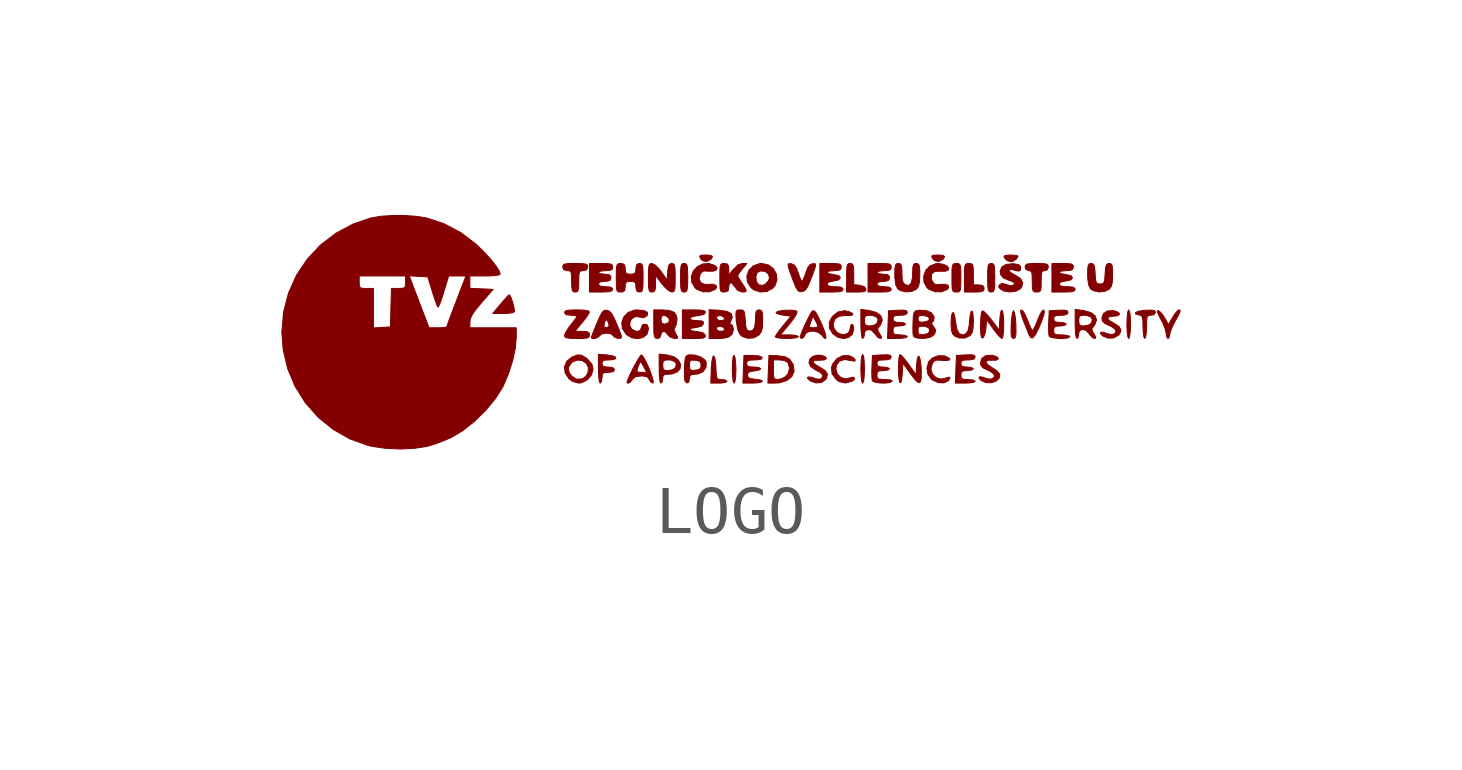
<source format=kicad_sym>
(kicad_symbol_lib
  (version 20220914)
  (generator "bitmap2component")
  (generator_version "9.0")
  (symbol "LOGO"
    (pin_names
      (offset 1.016))
    (property "Reference" "#G"
      (at 0 2.322 0)
      (effects (font (size 1.27 1.27)) hide))
    (symbol "LOGO_0_0"
      (polyline (pts (xy -6.361 -2.53) (xy -6.099 -2.49) (xy -6.092 -2.488) (xy -5.932 -2.44) (xy -5.749 -2.371) (xy -5.578 -2.296) (xy -5.348 -2.157) (xy -5.105 -1.963) (xy -4.874 -1.736) (xy -4.674 -1.494) (xy -4.524 -1.257) (xy -4.514 -1.237) (xy -4.405 -0.984) (xy -4.318 -0.712) (xy -4.26 -0.448) (xy -4.24 -0.217) (xy -4.24 -0.019) (xy -4.723 -0.019) (xy -5.207 -0.019) (xy -5.206 0.102) (xy -5.196 0.171) (xy -5.158 0.253) (xy -5.084 0.359) (xy -4.965 0.502) (xy -4.723 0.781) (xy -4.965 0.792) (xy -5.207 0.803) (xy -5.207 0.931) (xy -5.207 1.06) (xy -4.89 1.06) (xy -4.877 1.06) (xy -4.713 1.065) (xy -4.61 1.079) (xy -4.574 1.1) (xy -4.599 1.169) (xy -4.669 1.277) (xy -4.775 1.41) (xy -4.907 1.555) (xy -5.056 1.701) (xy -5.084 1.727) (xy -5.397 1.964) (xy -5.742 2.147) (xy -6.099 2.266) (xy -6.301 2.3) (xy -6.555 2.319) (xy -6.82 2.32) (xy -7.068 2.303) (xy -7.272 2.267) (xy -7.629 2.146) (xy -7.994 1.953) (xy -8.318 1.705) (xy -8.594 1.41) (xy -8.818 1.075) (xy -8.822 1.064) (xy -6.469 1.064) (xy -6.276 1.052) (xy -6.083 1.041) (xy -5.989 0.737) (xy -5.972 0.682) (xy -5.928 0.55) (xy -5.893 0.454) (xy -5.872 0.411) (xy -5.863 0.417) (xy -5.835 0.475) (xy -5.795 0.583) (xy -5.75 0.725) (xy -5.649 1.06) (xy -5.468 1.06) (xy -5.288 1.06) (xy -5.489 0.537) (xy -5.525 0.444) (xy -5.59 0.272) (xy -5.642 0.132) (xy -5.677 0.036) (xy -5.69 -0.002) (xy -5.702 -0.008) (xy -5.768 -0.016) (xy -5.873 -0.019) (xy -6.056 -0.019) (xy -6.168 0.27) (xy -6.168 0.271) (xy -6.237 0.45) (xy -6.311 0.644) (xy -6.374 0.811) (xy -6.469 1.064) (xy -8.822 1.064) (xy -8.883 0.93) (xy -7.512 0.93) (xy -7.512 1.06) (xy -7.029 1.06) (xy -6.545 1.06) (xy -6.545 0.93) (xy -6.546 0.893) (xy -6.556 0.828) (xy -6.598 0.804) (xy -6.693 0.8) (xy -6.84 0.8) (xy -6.851 0.4) (xy -6.861 0) (xy -7.038 -0.011) (xy -7.215 -0.023) (xy -7.215 0.389) (xy -7.215 0.8) (xy -7.363 0.8) (xy -7.407 0.8) (xy -7.48 0.809) (xy -7.508 0.846) (xy -7.512 0.93) (xy -8.883 0.93) (xy -8.984 0.705) (xy -9.087 0.307) (xy -9.123 -0.112) (xy -9.096 -0.471) (xy -9.002 -0.869) (xy -8.846 -1.241) (xy -8.633 -1.581) (xy -8.368 -1.881) (xy -8.057 -2.134) (xy -7.706 -2.334) (xy -7.319 -2.472) (xy -7.241 -2.49) (xy -6.963 -2.53) (xy -6.659 -2.544) (xy -6.361 -2.53)) (stroke (width 0.01) (type default)) (fill (type outline)))
      (polyline (pts (xy -2.88 -1.164) (xy -2.761 -1.105) (xy -2.674 -1.003) (xy -2.64 -0.879) (xy -2.666 -0.775) (xy -2.755 -0.673) (xy -2.784 -0.649) (xy -2.881 -0.59) (xy -2.971 -0.585) (xy -3.084 -0.631) (xy -3.185 -0.714) (xy -3.235 -0.831) (xy -3.234 -0.844) (xy -3.154 -0.844) (xy -3.093 -0.75) (xy -3.072 -0.732) (xy -2.967 -0.691) (xy -2.865 -0.703) (xy -2.782 -0.758) (xy -2.737 -0.847) (xy -2.748 -0.957) (xy -2.786 -1.023) (xy -2.845 -1.073) (xy -2.888 -1.087) (xy -2.992 -1.088) (xy -3.087 -1.023) (xy -3.142 -0.946) (xy -3.154 -0.844) (xy -3.234 -0.844) (xy -3.223 -0.959) (xy -3.144 -1.08) (xy -3.068 -1.137) (xy -2.938 -1.171) (xy -2.88 -1.164)) (stroke (width 0.01) (type default)) (fill (type outline)))
      (polyline (pts (xy -2.465 -1.138) (xy -2.454 -1.06) (xy -2.448 -0.986) (xy -2.412 -0.955) (xy -2.324 -0.948) (xy -2.312 -0.948) (xy -2.222 -0.934) (xy -2.194 -0.892) (xy -2.194 -0.887) (xy -2.228 -0.849) (xy -2.324 -0.837) (xy -2.383 -0.834) (xy -2.44 -0.814) (xy -2.454 -0.762) (xy -2.445 -0.718) (xy -2.401 -0.694) (xy -2.303 -0.688) (xy -2.222 -0.682) (xy -2.167 -0.66) (xy -2.174 -0.63) (xy -2.238 -0.602) (xy -2.355 -0.584) (xy -2.529 -0.572) (xy -2.529 -0.872) (xy -2.529 -0.9) (xy -2.523 -1.042) (xy -2.51 -1.137) (xy -2.492 -1.171) (xy -2.491 -1.171) (xy -2.465 -1.138)) (stroke (width 0.01) (type default)) (fill (type outline)))
      (polyline (pts (xy -1.865 -1.15) (xy -1.822 -1.097) (xy -1.813 -1.081) (xy -1.75 -1.036) (xy -1.638 -1.023) (xy -1.58 -1.025) (xy -1.504 -1.046) (xy -1.469 -1.097) (xy -1.446 -1.141) (xy -1.395 -1.171) (xy -1.391 -1.171) (xy -1.387 -1.132) (xy -1.408 -1.048) (xy -1.447 -0.937) (xy -1.496 -0.817) (xy -1.549 -0.706) (xy -1.597 -0.622) (xy -1.633 -0.584) (xy -1.654 -0.602) (xy -1.7 -0.67) (xy -1.758 -0.773) (xy -1.821 -0.891) (xy -1.831 -0.914) (xy -1.727 -0.914) (xy -1.705 -0.837) (xy -1.703 -0.831) (xy -1.673 -0.756) (xy -1.652 -0.725) (xy -1.651 -0.726) (xy -1.623 -0.761) (xy -1.581 -0.837) (xy -1.523 -0.948) (xy -1.633 -0.948) (xy -1.708 -0.943) (xy -1.727 -0.914) (xy -1.831 -0.914) (xy -1.877 -1.007) (xy -1.918 -1.102) (xy -1.934 -1.157) (xy -1.934 -1.16) (xy -1.911 -1.175) (xy -1.865 -1.15)) (stroke (width 0.01) (type default)) (fill (type outline)))
      (polyline (pts (xy -1.203 -1.148) (xy -1.19 -1.078) (xy -1.185 -1.025) (xy -1.149 -0.993) (xy -1.063 -0.986) (xy -0.994 -0.98) (xy -0.884 -0.938) (xy -0.826 -0.867) (xy -0.818 -0.78) (xy -0.86 -0.695) (xy -0.951 -0.625) (xy -1.09 -0.586) (xy -1.264 -0.567) (xy -1.264 -0.799) (xy -1.19 -0.799) (xy -1.184 -0.728) (xy -1.15 -0.695) (xy -1.064 -0.688) (xy -1.026 -0.69) (xy -0.938 -0.723) (xy -0.904 -0.784) (xy -0.934 -0.86) (xy -0.99 -0.894) (xy -1.083 -0.911) (xy -1.138 -0.908) (xy -1.181 -0.879) (xy -1.19 -0.799) (xy -1.264 -0.799) (xy -1.264 -0.869) (xy -1.264 -0.899) (xy -1.258 -1.041) (xy -1.246 -1.137) (xy -1.227 -1.171) (xy -1.203 -1.148)) (stroke (width 0.01) (type default)) (fill (type outline)))
      (polyline (pts (xy -0.649 -1.151) (xy -0.632 -1.078) (xy -0.626 -1.024) (xy -0.591 -0.993) (xy -0.503 -0.986) (xy -0.458 -0.982) (xy -0.351 -0.935) (xy -0.288 -0.847) (xy -0.284 -0.735) (xy -0.315 -0.685) (xy -0.403 -0.625) (xy -0.52 -0.588) (xy -0.641 -0.583) (xy -0.684 -0.595) (xy -0.713 -0.629) (xy -0.728 -0.703) (xy -0.734 -0.799) (xy -0.632 -0.799) (xy -0.627 -0.724) (xy -0.594 -0.693) (xy -0.511 -0.695) (xy -0.456 -0.703) (xy -0.403 -0.733) (xy -0.391 -0.799) (xy -0.394 -0.843) (xy -0.427 -0.886) (xy -0.511 -0.904) (xy -0.591 -0.906) (xy -0.626 -0.878) (xy -0.632 -0.799) (xy -0.734 -0.799) (xy -0.736 -0.833) (xy -0.739 -0.949) (xy -0.737 -1.059) (xy -0.728 -1.121) (xy -0.726 -1.127) (xy -0.687 -1.17) (xy -0.649 -1.151)) (stroke (width 0.01) (type default)) (fill (type outline)))
      (polyline (pts (xy 0.031 -1.17) (xy 0.116 -1.156) (xy 0.149 -1.134) (xy 0.116 -1.108) (xy 0.039 -1.097) (xy 0.006 -1.097) (xy -0.039 -1.088) (xy -0.063 -1.054) (xy -0.075 -0.979) (xy -0.082 -0.846) (xy -0.087 -0.762) (xy -0.104 -0.647) (xy -0.125 -0.603) (xy -0.147 -0.628) (xy -0.166 -0.722) (xy -0.178 -0.883) (xy -0.189 -1.171) (xy -0.02 -1.171) (xy 0.031 -1.17)) (stroke (width 0.01) (type default)) (fill (type outline)))
      (polyline (pts (xy 0.299 -1.171) (xy 0.317 -1.132) (xy 0.33 -1.034) (xy 0.335 -0.895) (xy 0.335 -0.874) (xy 0.329 -0.741) (xy 0.316 -0.641) (xy 0.297 -0.595) (xy 0.296 -0.594) (xy 0.277 -0.62) (xy 0.265 -0.715) (xy 0.26 -0.872) (xy 0.26 -0.9) (xy 0.266 -1.042) (xy 0.279 -1.137) (xy 0.297 -1.171) (xy 0.299 -1.171)) (stroke (width 0.01) (type default)) (fill (type outline)))
      (polyline (pts (xy 0.78 -1.167) (xy 0.865 -1.151) (xy 0.888 -1.129) (xy 0.846 -1.106) (xy 0.734 -1.09) (xy 0.643 -1.079) (xy 0.59 -1.053) (xy 0.576 -1.004) (xy 0.581 -0.97) (xy 0.621 -0.934) (xy 0.716 -0.918) (xy 0.719 -0.918) (xy 0.821 -0.898) (xy 0.852 -0.871) (xy 0.813 -0.847) (xy 0.707 -0.837) (xy 0.621 -0.833) (xy 0.57 -0.811) (xy 0.558 -0.762) (xy 0.558 -0.755) (xy 0.572 -0.712) (xy 0.623 -0.693) (xy 0.728 -0.688) (xy 0.788 -0.686) (xy 0.867 -0.672) (xy 0.883 -0.641) (xy 0.875 -0.63) (xy 0.808 -0.604) (xy 0.685 -0.595) (xy 0.502 -0.595) (xy 0.491 -0.883) (xy 0.48 -1.171) (xy 0.686 -1.171) (xy 0.78 -1.167)) (stroke (width 0.01) (type default)) (fill (type outline)))
      (polyline (pts (xy 1.243 -1.165) (xy 1.395 -1.119) (xy 1.499 -1.036) (xy 1.547 -0.926) (xy 1.53 -0.795) (xy 1.523 -0.777) (xy 1.457 -0.677) (xy 1.356 -0.622) (xy 1.201 -0.601) (xy 1.023 -0.595) (xy 1.012 -0.883) (xy 1.011 -0.892) (xy 1.116 -0.892) (xy 1.116 -0.688) (xy 1.238 -0.688) (xy 1.241 -0.688) (xy 1.339 -0.701) (xy 1.406 -0.733) (xy 1.423 -0.754) (xy 1.45 -0.851) (xy 1.431 -0.958) (xy 1.368 -1.039) (xy 1.296 -1.076) (xy 1.2 -1.097) (xy 1.163 -1.094) (xy 1.131 -1.071) (xy 1.118 -1.01) (xy 1.116 -0.892) (xy 1.011 -0.892) (xy 1.001 -1.171) (xy 1.149 -1.171) (xy 1.243 -1.165)) (stroke (width 0.01) (type default)) (fill (type outline)))
      (polyline (pts (xy 2.123 -1.155) (xy 2.209 -1.091) (xy 2.22 -1.074) (xy 2.242 -0.989) (xy 2.197 -0.913) (xy 2.08 -0.84) (xy 2.075 -0.837) (xy 1.975 -0.776) (xy 1.94 -0.728) (xy 1.97 -0.698) (xy 2.066 -0.694) (xy 2.079 -0.695) (xy 2.176 -0.688) (xy 2.22 -0.662) (xy 2.205 -0.627) (xy 2.124 -0.596) (xy 2.044 -0.588) (xy 1.94 -0.613) (xy 1.875 -0.671) (xy 1.856 -0.748) (xy 1.891 -0.828) (xy 1.987 -0.894) (xy 2.099 -0.953) (xy 2.147 -1.012) (xy 2.123 -1.071) (xy 2.118 -1.077) (xy 2.06 -1.094) (xy 1.964 -1.069) (xy 1.903 -1.049) (xy 1.837 -1.043) (xy 1.825 -1.068) (xy 1.876 -1.119) (xy 1.893 -1.13) (xy 2.008 -1.169) (xy 2.123 -1.155)) (stroke (width 0.01) (type default)) (fill (type outline)))
      (polyline (pts (xy 2.755 -1.132) (xy 2.794 -1.105) (xy 2.81 -1.066) (xy 2.773 -1.048) (xy 2.696 -1.067) (xy 2.63 -1.083) (xy 2.526 -1.059) (xy 2.448 -0.986) (xy 2.417 -0.878) (xy 2.429 -0.797) (xy 2.492 -0.713) (xy 2.601 -0.68) (xy 2.747 -0.704) (xy 2.752 -0.706) (xy 2.813 -0.715) (xy 2.819 -0.685) (xy 2.783 -0.644) (xy 2.704 -0.604) (xy 2.686 -0.599) (xy 2.557 -0.602) (xy 2.437 -0.663) (xy 2.35 -0.773) (xy 2.323 -0.855) (xy 2.339 -0.98) (xy 2.427 -1.098) (xy 2.487 -1.14) (xy 2.618 -1.169) (xy 2.755 -1.132)) (stroke (width 0.01) (type default)) (fill (type outline)))
      (polyline (pts (xy 2.978 -1.17) (xy 2.996 -1.125) (xy 3.008 -1.021) (xy 3.012 -0.874) (xy 3.012 -0.847) (xy 3.006 -0.706) (xy 2.994 -0.611) (xy 2.975 -0.576) (xy 2.972 -0.577) (xy 2.954 -0.623) (xy 2.942 -0.727) (xy 2.938 -0.874) (xy 2.938 -0.9) (xy 2.944 -1.042) (xy 2.957 -1.137) (xy 2.975 -1.171) (xy 2.978 -1.17)) (stroke (width 0.01) (type default)) (fill (type outline)))
      (polyline (pts (xy 3.537 -1.16) (xy 3.589 -1.134) (xy 3.59 -1.123) (xy 3.546 -1.104) (xy 3.442 -1.097) (xy 3.393 -1.097) (xy 3.313 -1.088) (xy 3.279 -1.061) (xy 3.273 -1.004) (xy 3.279 -0.949) (xy 3.315 -0.918) (xy 3.403 -0.911) (xy 3.42 -0.911) (xy 3.5 -0.898) (xy 3.533 -0.874) (xy 3.532 -0.869) (xy 3.489 -0.846) (xy 3.403 -0.837) (xy 3.344 -0.834) (xy 3.287 -0.814) (xy 3.273 -0.762) (xy 3.281 -0.719) (xy 3.324 -0.694) (xy 3.421 -0.688) (xy 3.472 -0.687) (xy 3.548 -0.67) (xy 3.57 -0.63) (xy 3.57 -0.626) (xy 3.552 -0.594) (xy 3.492 -0.581) (xy 3.375 -0.584) (xy 3.18 -0.595) (xy 3.168 -0.833) (xy 3.165 -0.949) (xy 3.168 -1.059) (xy 3.176 -1.121) (xy 3.18 -1.127) (xy 3.237 -1.154) (xy 3.333 -1.169) (xy 3.443 -1.171) (xy 3.537 -1.16)) (stroke (width 0.01) (type default)) (fill (type outline)))
      (polyline (pts (xy 4.18 -1.144) (xy 4.196 -1.054) (xy 4.195 -0.892) (xy 4.191 -0.82) (xy 4.175 -0.691) (xy 4.154 -0.621) (xy 4.132 -0.612) (xy 4.112 -0.669) (xy 4.098 -0.796) (xy 4.086 -0.998) (xy 3.937 -0.787) (xy 3.934 -0.783) (xy 3.855 -0.679) (xy 3.79 -0.605) (xy 3.753 -0.576) (xy 3.748 -0.579) (xy 3.733 -0.632) (xy 3.723 -0.736) (xy 3.719 -0.874) (xy 3.721 -0.976) (xy 3.732 -1.096) (xy 3.75 -1.159) (xy 3.769 -1.161) (xy 3.788 -1.097) (xy 3.801 -0.963) (xy 3.812 -0.754) (xy 3.961 -0.962) (xy 3.99 -1.002) (xy 4.082 -1.117) (xy 4.144 -1.164) (xy 4.18 -1.144)) (stroke (width 0.01) (type default)) (fill (type outline)))
      (polyline (pts (xy 4.753 -1.127) (xy 4.795 -1.069) (xy 4.778 -1.046) (xy 4.704 -1.067) (xy 4.604 -1.088) (xy 4.501 -1.057) (xy 4.427 -0.982) (xy 4.397 -0.878) (xy 4.426 -0.761) (xy 4.428 -0.758) (xy 4.467 -0.709) (xy 4.527 -0.691) (xy 4.634 -0.698) (xy 4.737 -0.701) (xy 4.791 -0.685) (xy 4.779 -0.653) (xy 4.697 -0.611) (xy 4.675 -0.604) (xy 4.55 -0.601) (xy 4.431 -0.646) (xy 4.35 -0.728) (xy 4.313 -0.857) (xy 4.334 -0.99) (xy 4.412 -1.094) (xy 4.433 -1.109) (xy 4.549 -1.16) (xy 4.665 -1.167) (xy 4.753 -1.127)) (stroke (width 0.01) (type default)) (fill (type outline)))
      (polyline (pts (xy 5.197 -1.168) (xy 5.284 -1.155) (xy 5.318 -1.134) (xy 5.314 -1.126) (xy 5.262 -1.105) (xy 5.169 -1.097) (xy 5.156 -1.097) (xy 5.067 -1.091) (xy 5.029 -1.064) (xy 5.021 -1.004) (xy 5.027 -0.949) (xy 5.063 -0.918) (xy 5.151 -0.911) (xy 5.168 -0.911) (xy 5.248 -0.898) (xy 5.281 -0.874) (xy 5.28 -0.869) (xy 5.237 -0.846) (xy 5.151 -0.837) (xy 5.092 -0.834) (xy 5.035 -0.814) (xy 5.021 -0.762) (xy 5.029 -0.719) (xy 5.072 -0.694) (xy 5.169 -0.688) (xy 5.22 -0.687) (xy 5.296 -0.67) (xy 5.318 -0.63) (xy 5.318 -0.626) (xy 5.3 -0.594) (xy 5.24 -0.581) (xy 5.123 -0.584) (xy 4.928 -0.595) (xy 4.917 -0.883) (xy 4.906 -1.171) (xy 5.112 -1.171) (xy 5.197 -1.168)) (stroke (width 0.01) (type default)) (fill (type outline)))
      (polyline (pts (xy 5.748 -1.134) (xy 5.816 -1.074) (xy 5.831 -0.99) (xy 5.824 -0.975) (xy 5.77 -0.915) (xy 5.68 -0.855) (xy 5.666 -0.848) (xy 5.572 -0.781) (xy 5.542 -0.729) (xy 5.574 -0.697) (xy 5.671 -0.695) (xy 5.757 -0.694) (xy 5.801 -0.668) (xy 5.781 -0.63) (xy 5.692 -0.596) (xy 5.666 -0.591) (xy 5.545 -0.598) (xy 5.461 -0.653) (xy 5.429 -0.748) (xy 5.437 -0.8) (xy 5.48 -0.853) (xy 5.578 -0.901) (xy 5.636 -0.928) (xy 5.71 -0.986) (xy 5.723 -1.041) (xy 5.669 -1.085) (xy 5.606 -1.088) (xy 5.515 -1.063) (xy 5.471 -1.046) (xy 5.408 -1.04) (xy 5.396 -1.067) (xy 5.446 -1.119) (xy 5.539 -1.16) (xy 5.649 -1.165) (xy 5.748 -1.134)) (stroke (width 0.01) (type default)) (fill (type outline)))
      (polyline (pts (xy -2.826 -0.239) (xy -2.753 -0.229) (xy -2.722 -0.206) (xy -2.715 -0.167) (xy -2.724 -0.123) (xy -2.768 -0.099) (xy -2.867 -0.093) (xy -3.019 -0.093) (xy -2.867 0.089) (xy -2.796 0.179) (xy -2.737 0.264) (xy -2.715 0.312) (xy -2.736 0.331) (xy -2.824 0.348) (xy -2.975 0.353) (xy -3.057 0.352) (xy -3.165 0.345) (xy -3.22 0.328) (xy -3.236 0.297) (xy -3.235 0.292) (xy -3.202 0.254) (xy -3.105 0.242) (xy -3.088 0.242) (xy -3.008 0.234) (xy -2.975 0.22) (xy -2.986 0.198) (xy -3.034 0.131) (xy -3.105 0.04) (xy -3.155 -0.026) (xy -3.213 -0.119) (xy -3.236 -0.18) (xy -3.229 -0.206) (xy -3.194 -0.228) (xy -3.114 -0.239) (xy -2.975 -0.242) (xy -2.954 -0.242) (xy -2.826 -0.239)) (stroke (width 0.01) (type default)) (fill (type outline)))
      (polyline (pts (xy -2.544 -0.221) (xy -2.505 -0.186) (xy -2.46 -0.147) (xy -2.361 -0.13) (xy -2.271 -0.144) (xy -2.218 -0.186) (xy -2.194 -0.214) (xy -2.134 -0.239) (xy -2.073 -0.24) (xy -2.045 -0.213) (xy -2.046 -0.209) (xy -2.063 -0.154) (xy -2.102 -0.053) (xy -2.155 0.075) (xy -2.196 0.17) (xy -2.251 0.272) (xy -2.299 0.326) (xy -2.353 0.346) (xy -2.37 0.347) (xy -2.414 0.339) (xy -2.454 0.299) (xy -2.499 0.216) (xy -2.56 0.077) (xy -2.577 0.036) (xy -2.582 0.024) (xy -2.416 0.024) (xy -2.394 0.112) (xy -2.369 0.151) (xy -2.338 0.124) (xy -2.326 0.1) (xy -2.306 0.028) (xy -2.312 0.006) (xy -2.361 -0.019) (xy -2.391 -0.014) (xy -2.416 0.024) (xy -2.582 0.024) (xy -2.628 -0.089) (xy -2.664 -0.181) (xy -2.678 -0.222) (xy -2.662 -0.241) (xy -2.608 -0.242) (xy -2.544 -0.221)) (stroke (width 0.01) (type default)) (fill (type outline)))
      (polyline (pts (xy -1.597 -0.219) (xy -1.518 -0.154) (xy -1.488 -0.054) (xy -1.488 -0.028) (xy -1.507 0.038) (xy -1.562 0.056) (xy -1.61 0.044) (xy -1.636 -0.019) (xy -1.656 -0.075) (xy -1.728 -0.093) (xy -1.75 -0.091) (xy -1.835 -0.05) (xy -1.878 0.031) (xy -1.861 0.127) (xy -1.836 0.167) (xy -1.757 0.217) (xy -1.649 0.201) (xy -1.59 0.19) (xy -1.521 0.228) (xy -1.504 0.254) (xy -1.511 0.306) (xy -1.585 0.34) (xy -1.722 0.353) (xy -1.778 0.349) (xy -1.909 0.3) (xy -1.999 0.21) (xy -2.042 0.094) (xy -2.03 -0.032) (xy -1.954 -0.15) (xy -1.938 -0.166) (xy -1.826 -0.229) (xy -1.706 -0.246) (xy -1.597 -0.219)) (stroke (width 0.01) (type default)) (fill (type outline)))
      (polyline (pts (xy -0.885 -0.238) (xy -0.876 -0.213) (xy -0.916 -0.147) (xy -0.924 -0.134) (xy -0.956 -0.059) (xy -0.935 -0.009) (xy -0.935 -0.009) (xy -0.905 0.058) (xy -0.893 0.155) (xy -0.9 0.225) (xy -0.948 0.3) (xy -1.046 0.341) (xy -1.206 0.353) (xy -1.376 0.353) (xy -1.376 0.149) (xy -1.227 0.149) (xy -1.216 0.21) (xy -1.181 0.241) (xy -1.121 0.229) (xy -1.061 0.181) (xy -1.053 0.115) (xy -1.079 0.082) (xy -1.152 0.056) (xy -1.21 0.076) (xy -1.227 0.149) (xy -1.376 0.149) (xy -1.376 0.056) (xy -1.376 -0.023) (xy -1.372 -0.141) (xy -1.361 -0.207) (xy -1.339 -0.235) (xy -1.302 -0.242) (xy -1.254 -0.23) (xy -1.227 -0.167) (xy -1.217 -0.124) (xy -1.173 -0.093) (xy -1.132 -0.108) (xy -1.079 -0.167) (xy -1.038 -0.212) (xy -0.946 -0.242) (xy -0.885 -0.238)) (stroke (width 0.01) (type default)) (fill (type outline)))
      (polyline (pts (xy -0.422 -0.24) (xy -0.341 -0.232) (xy -0.307 -0.212) (xy -0.304 -0.177) (xy -0.312 -0.156) (xy -0.364 -0.118) (xy -0.474 -0.1) (xy -0.485 -0.099) (xy -0.59 -0.081) (xy -0.628 -0.055) (xy -0.596 -0.029) (xy -0.493 -0.011) (xy -0.482 -0.011) (xy -0.381 0.014) (xy -0.342 0.065) (xy -0.344 0.103) (xy -0.385 0.125) (xy -0.484 0.13) (xy -0.543 0.133) (xy -0.614 0.154) (xy -0.621 0.184) (xy -0.566 0.215) (xy -0.453 0.235) (xy -0.433 0.236) (xy -0.331 0.259) (xy -0.298 0.3) (xy -0.298 0.308) (xy -0.326 0.335) (xy -0.402 0.349) (xy -0.539 0.353) (xy -0.781 0.353) (xy -0.781 0.056) (xy -0.781 -0.242) (xy -0.537 -0.242) (xy -0.422 -0.24)) (stroke (width 0.01) (type default)) (fill (type outline)))
      (polyline (pts (xy 0.068 -0.238) (xy 0.172 -0.217) (xy 0.239 -0.17) (xy 0.267 -0.126) (xy 0.282 -0.044) (xy 0.266 0.026) (xy 0.22 0.056) (xy 0.209 0.074) (xy 0.232 0.13) (xy 0.26 0.2) (xy 0.238 0.274) (xy 0.147 0.323) (xy -0.013 0.346) (xy -0.223 0.357) (xy -0.223 0.189) (xy -0.074 0.189) (xy -0.059 0.221) (xy -0.004 0.236) (xy 0.061 0.221) (xy 0.102 0.177) (xy 0.092 0.145) (xy 0.022 0.13) (xy -0.042 0.141) (xy -0.074 0.189) (xy -0.223 0.189) (xy -0.223 0.058) (xy -0.223 -0.035) (xy -0.074 -0.035) (xy -0.059 -0.002) (xy -0.004 0.013) (xy 0.061 -0.003) (xy 0.102 -0.046) (xy 0.092 -0.078) (xy 0.022 -0.093) (xy -0.042 -0.082) (xy -0.074 -0.035) (xy -0.223 -0.035) (xy -0.223 -0.242) (xy -0.024 -0.242) (xy 0.068 -0.238)) (stroke (width 0.01) (type default)) (fill (type outline)))
      (polyline (pts (xy 0.712 -0.228) (xy 0.818 -0.167) (xy 0.862 -0.105) (xy 0.886 -0.013) (xy 0.892 0.13) (xy 0.891 0.229) (xy 0.882 0.309) (xy 0.86 0.345) (xy 0.818 0.353) (xy 0.807 0.353) (xy 0.766 0.337) (xy 0.748 0.285) (xy 0.743 0.177) (xy 0.742 0.115) (xy 0.723 -0.013) (xy 0.68 -0.078) (xy 0.609 -0.087) (xy 0.596 -0.084) (xy 0.559 -0.054) (xy 0.539 0.014) (xy 0.528 0.14) (xy 0.52 0.252) (xy 0.505 0.32) (xy 0.475 0.348) (xy 0.421 0.353) (xy 0.411 0.353) (xy 0.363 0.348) (xy 0.339 0.321) (xy 0.334 0.255) (xy 0.342 0.132) (xy 0.344 0.11) (xy 0.373 -0.06) (xy 0.426 -0.166) (xy 0.469 -0.201) (xy 0.586 -0.239) (xy 0.712 -0.228)) (stroke (width 0.01) (type default)) (fill (type outline)))
      (polyline (pts (xy 1.512 -0.237) (xy 1.602 -0.224) (xy 1.636 -0.204) (xy 1.623 -0.191) (xy 1.556 -0.174) (xy 1.449 -0.167) (xy 1.262 -0.167) (xy 1.452 0.061) (xy 1.456 0.066) (xy 1.55 0.189) (xy 1.602 0.278) (xy 1.607 0.323) (xy 1.581 0.336) (xy 1.5 0.346) (xy 1.393 0.346) (xy 1.287 0.337) (xy 1.204 0.321) (xy 1.171 0.297) (xy 1.177 0.287) (xy 1.232 0.261) (xy 1.328 0.242) (xy 1.484 0.223) (xy 1.318 0.024) (xy 1.316 0.021) (xy 1.234 -0.083) (xy 1.175 -0.165) (xy 1.153 -0.208) (xy 1.184 -0.225) (xy 1.271 -0.237) (xy 1.395 -0.242) (xy 1.512 -0.237)) (stroke (width 0.01) (type default)) (fill (type outline)))
      (polyline (pts (xy 1.743 -0.222) (xy 1.774 -0.167) (xy 1.791 -0.135) (xy 1.862 -0.095) (xy 1.959 -0.089) (xy 2.057 -0.117) (xy 2.13 -0.177) (xy 2.177 -0.236) (xy 2.206 -0.243) (xy 2.209 -0.196) (xy 2.185 -0.104) (xy 2.135 0.025) (xy 2.108 0.085) (xy 2.044 0.222) (xy 1.997 0.303) (xy 1.96 0.336) (xy 1.929 0.332) (xy 1.924 0.328) (xy 1.889 0.274) (xy 1.839 0.178) (xy 1.781 0.06) (xy 1.768 0.03) (xy 1.868 0.03) (xy 1.899 0.118) (xy 1.939 0.223) (xy 1.991 0.13) (xy 2.027 0.059) (xy 2.044 0.009) (xy 2.022 -0.009) (xy 1.952 -0.019) (xy 1.914 -0.018) (xy 1.87 -0.009) (xy 1.868 0.03) (xy 1.768 0.03) (xy 1.728 -0.058) (xy 1.689 -0.155) (xy 1.673 -0.21) (xy 1.675 -0.221) (xy 1.701 -0.244) (xy 1.743 -0.222)) (stroke (width 0.01) (type default)) (fill (type outline)))
      (polyline (pts (xy 2.682 -0.221) (xy 2.759 -0.157) (xy 2.789 -0.054) (xy 2.789 -0.054) (xy 2.778 0.024) (xy 2.752 0.056) (xy 2.728 0.034) (xy 2.715 -0.035) (xy 2.714 -0.046) (xy 2.681 -0.123) (xy 2.609 -0.159) (xy 2.52 -0.155) (xy 2.436 -0.112) (xy 2.377 -0.029) (xy 2.36 0.053) (xy 2.39 0.154) (xy 2.475 0.219) (xy 2.604 0.237) (xy 2.703 0.235) (xy 2.767 0.25) (xy 2.767 0.278) (xy 2.699 0.315) (xy 2.599 0.337) (xy 2.459 0.31) (xy 2.342 0.214) (xy 2.28 0.095) (xy 2.283 -0.032) (xy 2.36 -0.15) (xy 2.46 -0.218) (xy 2.576 -0.243) (xy 2.682 -0.221)) (stroke (width 0.01) (type default)) (fill (type outline)))
      (polyline (pts (xy 3.361 -0.239) (xy 3.368 -0.213) (xy 3.33 -0.146) (xy 3.296 -0.088) (xy 3.288 -0.037) (xy 3.325 0.015) (xy 3.348 0.043) (xy 3.384 0.142) (xy 3.354 0.23) (xy 3.262 0.299) (xy 3.115 0.34) (xy 2.938 0.363) (xy 2.938 0.13) (xy 3.012 0.13) (xy 3.018 0.201) (xy 3.053 0.235) (xy 3.138 0.242) (xy 3.176 0.239) (xy 3.264 0.207) (xy 3.299 0.146) (xy 3.269 0.07) (xy 3.212 0.035) (xy 3.119 0.019) (xy 3.065 0.022) (xy 3.022 0.051) (xy 3.012 0.13) (xy 2.938 0.13) (xy 2.938 0.061) (xy 2.938 0.03) (xy 2.944 -0.112) (xy 2.957 -0.207) (xy 2.975 -0.242) (xy 2.999 -0.219) (xy 3.012 -0.149) (xy 3.012 -0.137) (xy 3.033 -0.073) (xy 3.099 -0.056) (xy 3.162 -0.072) (xy 3.235 -0.149) (xy 3.284 -0.212) (xy 3.339 -0.242) (xy 3.361 -0.239)) (stroke (width 0.01) (type default)) (fill (type outline)))
      (polyline (pts (xy 3.784 -0.238) (xy 3.871 -0.225) (xy 3.905 -0.204) (xy 3.901 -0.196) (xy 3.849 -0.176) (xy 3.756 -0.167) (xy 3.743 -0.167) (xy 3.654 -0.161) (xy 3.615 -0.134) (xy 3.607 -0.074) (xy 3.613 -0.02) (xy 3.649 0.012) (xy 3.737 0.019) (xy 3.755 0.019) (xy 3.835 0.031) (xy 3.868 0.056) (xy 3.866 0.061) (xy 3.824 0.084) (xy 3.737 0.093) (xy 3.679 0.095) (xy 3.622 0.116) (xy 3.607 0.167) (xy 3.616 0.21) (xy 3.659 0.235) (xy 3.756 0.242) (xy 3.806 0.243) (xy 3.882 0.26) (xy 3.905 0.299) (xy 3.905 0.304) (xy 3.887 0.336) (xy 3.827 0.348) (xy 3.709 0.346) (xy 3.514 0.335) (xy 3.503 0.046) (xy 3.493 -0.242) (xy 3.699 -0.242) (xy 3.784 -0.238)) (stroke (width 0.01) (type default)) (fill (type outline)))
      (polyline (pts (xy 4.266 -0.24) (xy 4.37 -0.22) (xy 4.441 -0.183) (xy 4.481 -0.135) (xy 4.493 -0.06) (xy 4.438 0.025) (xy 4.406 0.071) (xy 4.42 0.093) (xy 4.448 0.117) (xy 4.463 0.187) (xy 4.458 0.22) (xy 4.403 0.296) (xy 4.296 0.34) (xy 4.149 0.346) (xy 4.125 0.343) (xy 4.073 0.331) (xy 4.045 0.298) (xy 4.031 0.226) (xy 4.028 0.167) (xy 4.128 0.167) (xy 4.132 0.206) (xy 4.165 0.235) (xy 4.249 0.235) (xy 4.335 0.213) (xy 4.37 0.167) (xy 4.341 0.125) (xy 4.249 0.1) (xy 4.189 0.097) (xy 4.14 0.114) (xy 4.128 0.167) (xy 4.028 0.167) (xy 4.024 0.097) (xy 4.021 -0.019) (xy 4.022 -0.074) (xy 4.128 -0.074) (xy 4.133 -0.017) (xy 4.166 0.013) (xy 4.249 0.012) (xy 4.28 0.008) (xy 4.35 -0.019) (xy 4.37 -0.074) (xy 4.368 -0.094) (xy 4.336 -0.14) (xy 4.249 -0.16) (xy 4.177 -0.163) (xy 4.136 -0.141) (xy 4.128 -0.074) (xy 4.022 -0.074) (xy 4.023 -0.13) (xy 4.032 -0.191) (xy 4.069 -0.222) (xy 4.157 -0.24) (xy 4.266 -0.24)) (stroke (width 0.01) (type default)) (fill (type outline)))
      (polyline (pts (xy 5.213 -0.18) (xy 5.219 -0.174) (xy 5.256 -0.116) (xy 5.275 -0.023) (xy 5.281 0.125) (xy 5.281 0.14) (xy 5.273 0.27) (xy 5.256 0.329) (xy 5.234 0.318) (xy 5.214 0.24) (xy 5.199 0.097) (xy 5.194 0.029) (xy 5.168 -0.086) (xy 5.123 -0.145) (xy 5.062 -0.169) (xy 4.989 -0.145) (xy 4.938 -0.052) (xy 4.909 0.107) (xy 4.892 0.228) (xy 4.867 0.295) (xy 4.843 0.292) (xy 4.824 0.22) (xy 4.816 0.08) (xy 4.816 0.073) (xy 4.823 -0.06) (xy 4.845 -0.14) (xy 4.889 -0.189) (xy 4.976 -0.23) (xy 5.103 -0.234) (xy 5.213 -0.18)) (stroke (width 0.01) (type default)) (fill (type outline)))
      (polyline (pts (xy 5.879 -0.241) (xy 5.897 -0.195) (xy 5.909 -0.092) (xy 5.913 0.056) (xy 5.911 0.158) (xy 5.899 0.279) (xy 5.882 0.341) (xy 5.862 0.342) (xy 5.844 0.277) (xy 5.831 0.142) (xy 5.82 -0.069) (xy 5.66 0.143) (xy 5.651 0.154) (xy 5.569 0.253) (xy 5.503 0.317) (xy 5.465 0.334) (xy 5.462 0.331) (xy 5.446 0.276) (xy 5.434 0.169) (xy 5.429 0.032) (xy 5.43 -0.029) (xy 5.436 -0.155) (xy 5.451 -0.22) (xy 5.476 -0.233) (xy 5.493 -0.217) (xy 5.522 -0.143) (xy 5.541 -0.035) (xy 5.56 0.147) (xy 5.699 -0.047) (xy 5.77 -0.14) (xy 5.836 -0.214) (xy 5.876 -0.242) (xy 5.879 -0.241)) (stroke (width 0.01) (type default)) (fill (type outline)))
      (polyline (pts (xy 6.147 -0.231) (xy 6.164 -0.189) (xy 6.169 -0.101) (xy 6.166 0.046) (xy 6.164 0.078) (xy 6.153 0.209) (xy 6.136 0.3) (xy 6.117 0.335) (xy 6.113 0.333) (xy 6.095 0.285) (xy 6.079 0.184) (xy 6.069 0.046) (xy 6.066 -0.101) (xy 6.071 -0.189) (xy 6.088 -0.231) (xy 6.117 -0.242) (xy 6.147 -0.231)) (stroke (width 0.01) (type default)) (fill (type outline)))
      (polyline (pts (xy 6.573 -0.164) (xy 6.64 -0.03) (xy 6.701 0.114) (xy 6.748 0.25) (xy 6.76 0.328) (xy 6.737 0.353) (xy 6.709 0.326) (xy 6.664 0.246) (xy 6.617 0.131) (xy 6.574 0.025) (xy 6.534 -0.052) (xy 6.509 -0.075) (xy 6.495 -0.057) (xy 6.458 0.015) (xy 6.416 0.12) (xy 6.406 0.145) (xy 6.348 0.28) (xy 6.301 0.346) (xy 6.266 0.346) (xy 6.264 0.318) (xy 6.285 0.237) (xy 6.324 0.126) (xy 6.358 0.042) (xy 6.405 -0.077) (xy 6.436 -0.158) (xy 6.438 -0.161) (xy 6.477 -0.227) (xy 6.52 -0.229) (xy 6.573 -0.164)) (stroke (width 0.01) (type default)) (fill (type outline)))
      (polyline (pts (xy 7.175 -0.241) (xy 7.256 -0.229) (xy 7.289 -0.204) (xy 7.281 -0.193) (xy 7.221 -0.175) (xy 7.122 -0.167) (xy 7.077 -0.167) (xy 6.995 -0.159) (xy 6.961 -0.132) (xy 6.954 -0.074) (xy 6.96 -0.02) (xy 6.996 0.012) (xy 7.084 0.019) (xy 7.101 0.019) (xy 7.182 0.031) (xy 7.215 0.056) (xy 7.213 0.061) (xy 7.17 0.084) (xy 7.084 0.093) (xy 7.026 0.095) (xy 6.969 0.116) (xy 6.954 0.167) (xy 6.963 0.21) (xy 7.006 0.235) (xy 7.103 0.242) (xy 7.153 0.243) (xy 7.229 0.26) (xy 7.252 0.299) (xy 7.252 0.304) (xy 7.234 0.336) (xy 7.174 0.348) (xy 7.056 0.346) (xy 6.861 0.335) (xy 6.85 0.097) (xy 6.847 -0.019) (xy 6.85 -0.13) (xy 6.858 -0.191) (xy 6.887 -0.213) (xy 6.966 -0.232) (xy 7.07 -0.242) (xy 7.175 -0.241)) (stroke (width 0.01) (type default)) (fill (type outline)))
      (polyline (pts (xy 7.824 -0.239) (xy 7.831 -0.213) (xy 7.792 -0.146) (xy 7.758 -0.088) (xy 7.751 -0.037) (xy 7.788 0.015) (xy 7.81 0.043) (xy 7.847 0.142) (xy 7.817 0.23) (xy 7.725 0.299) (xy 7.577 0.34) (xy 7.401 0.363) (xy 7.401 0.13) (xy 7.475 0.13) (xy 7.481 0.201) (xy 7.515 0.235) (xy 7.601 0.242) (xy 7.639 0.239) (xy 7.727 0.207) (xy 7.761 0.146) (xy 7.731 0.07) (xy 7.675 0.035) (xy 7.582 0.019) (xy 7.527 0.022) (xy 7.484 0.051) (xy 7.475 0.13) (xy 7.401 0.13) (xy 7.401 0.061) (xy 7.401 0.03) (xy 7.407 -0.112) (xy 7.419 -0.207) (xy 7.438 -0.242) (xy 7.462 -0.219) (xy 7.475 -0.149) (xy 7.475 -0.137) (xy 7.495 -0.073) (xy 7.562 -0.056) (xy 7.625 -0.072) (xy 7.698 -0.149) (xy 7.746 -0.212) (xy 7.802 -0.242) (xy 7.824 -0.239)) (stroke (width 0.01) (type default)) (fill (type outline)))
      (polyline (pts (xy 8.21 -0.229) (xy 8.31 -0.169) (xy 8.33 -0.144) (xy 8.356 -0.064) (xy 8.312 0.01) (xy 8.197 0.083) (xy 8.119 0.128) (xy 8.079 0.177) (xy 8.109 0.211) (xy 8.209 0.223) (xy 8.275 0.23) (xy 8.325 0.259) (xy 8.308 0.299) (xy 8.221 0.334) (xy 8.195 0.339) (xy 8.074 0.332) (xy 7.99 0.276) (xy 7.958 0.182) (xy 7.966 0.13) (xy 8.009 0.077) (xy 8.107 0.029) (xy 8.165 0.002) (xy 8.239 -0.056) (xy 8.252 -0.112) (xy 8.198 -0.155) (xy 8.135 -0.159) (xy 8.044 -0.134) (xy 8 -0.117) (xy 7.937 -0.11) (xy 7.925 -0.137) (xy 7.975 -0.189) (xy 8.088 -0.235) (xy 8.21 -0.229)) (stroke (width 0.01) (type default)) (fill (type outline)))
      (polyline (pts (xy 8.52 -0.241) (xy 8.537 -0.195) (xy 8.549 -0.091) (xy 8.553 0.056) (xy 8.553 0.082) (xy 8.548 0.224) (xy 8.535 0.319) (xy 8.516 0.353) (xy 8.513 0.352) (xy 8.495 0.307) (xy 8.483 0.203) (xy 8.479 0.056) (xy 8.479 0.029) (xy 8.485 -0.112) (xy 8.498 -0.207) (xy 8.516 -0.242) (xy 8.52 -0.241)) (stroke (width 0.01) (type default)) (fill (type outline)))
      (polyline (pts (xy 8.869 -0.213) (xy 8.883 -0.126) (xy 8.888 0) (xy 8.888 0.04) (xy 8.891 0.153) (xy 8.903 0.214) (xy 8.931 0.237) (xy 8.981 0.242) (xy 9.042 0.253) (xy 9.074 0.299) (xy 9.074 0.307) (xy 9.053 0.337) (xy 8.99 0.348) (xy 8.869 0.346) (xy 8.804 0.34) (xy 8.706 0.321) (xy 8.656 0.294) (xy 8.661 0.268) (xy 8.73 0.248) (xy 8.731 0.248) (xy 8.776 0.235) (xy 8.801 0.201) (xy 8.812 0.128) (xy 8.814 -0.003) (xy 8.818 -0.117) (xy 8.831 -0.208) (xy 8.851 -0.242) (xy 8.869 -0.213)) (stroke (width 0.01) (type default)) (fill (type outline)))
      (polyline (pts (xy 9.357 -0.225) (xy 9.372 -0.161) (xy 9.382 -0.107) (xy 9.423 -0.002) (xy 9.483 0.117) (xy 9.506 0.158) (xy 9.563 0.264) (xy 9.588 0.323) (xy 9.586 0.348) (xy 9.56 0.353) (xy 9.543 0.345) (xy 9.493 0.29) (xy 9.433 0.2) (xy 9.341 0.046) (xy 9.284 0.156) (xy 9.283 0.158) (xy 9.23 0.243) (xy 9.174 0.309) (xy 9.129 0.341) (xy 9.111 0.325) (xy 9.117 0.302) (xy 9.15 0.226) (xy 9.204 0.125) (xy 9.231 0.072) (xy 9.278 -0.046) (xy 9.297 -0.139) (xy 9.307 -0.21) (xy 9.334 -0.242) (xy 9.357 -0.225)) (stroke (width 0.01) (type default)) (fill (type outline)))
      (polyline (pts (xy -4.405 0.282) (xy -4.311 0.296) (xy -4.277 0.318) (xy -4.284 0.383) (xy -4.306 0.48) (xy -4.336 0.576) (xy -4.367 0.647) (xy -4.389 0.669) (xy -4.423 0.637) (xy -4.49 0.563) (xy -4.574 0.465) (xy -4.73 0.279) (xy -4.503 0.279) (xy -4.405 0.282)) (stroke (width 0.01) (type default)) (fill (type outline)))
      (polyline (pts (xy -2.979 0.729) (xy -2.953 0.756) (xy -2.941 0.824) (xy -2.938 0.948) (xy -2.938 0.956) (xy -2.936 1.077) (xy -2.924 1.141) (xy -2.897 1.167) (xy -2.845 1.171) (xy -2.774 1.188) (xy -2.752 1.246) (xy -2.752 1.252) (xy -2.761 1.288) (xy -2.797 1.309) (xy -2.876 1.318) (xy -3.012 1.32) (xy -3.033 1.32) (xy -3.162 1.318) (xy -3.234 1.307) (xy -3.266 1.285) (xy -3.273 1.246) (xy -3.253 1.189) (xy -3.18 1.171) (xy -3.176 1.171) (xy -3.126 1.166) (xy -3.099 1.139) (xy -3.089 1.072) (xy -3.087 0.948) (xy -3.085 0.85) (xy -3.076 0.769) (xy -3.054 0.733) (xy -3.012 0.725) (xy -2.979 0.729)) (stroke (width 0.01) (type default)) (fill (type outline)))
      (polyline (pts (xy -2.418 0.726) (xy -2.305 0.732) (xy -2.248 0.75) (xy -2.231 0.781) (xy -2.234 0.797) (xy -2.277 0.828) (xy -2.38 0.837) (xy -2.423 0.838) (xy -2.504 0.854) (xy -2.529 0.893) (xy -2.529 0.898) (xy -2.495 0.936) (xy -2.399 0.948) (xy -2.34 0.951) (xy -2.283 0.972) (xy -2.269 1.023) (xy -2.273 1.056) (xy -2.309 1.089) (xy -2.399 1.097) (xy -2.416 1.097) (xy -2.496 1.11) (xy -2.529 1.134) (xy -2.525 1.143) (xy -2.473 1.163) (xy -2.38 1.171) (xy -2.294 1.176) (xy -2.244 1.197) (xy -2.231 1.246) (xy -2.238 1.284) (xy -2.269 1.308) (xy -2.342 1.318) (xy -2.473 1.32) (xy -2.715 1.32) (xy -2.715 1.023) (xy -2.715 0.725) (xy -2.473 0.725) (xy -2.418 0.726)) (stroke (width 0.01) (type default)) (fill (type outline)))
      (polyline (pts (xy -1.654 0.726) (xy -1.624 0.741) (xy -1.608 0.786) (xy -1.601 0.875) (xy -1.599 1.023) (xy -1.599 1.101) (xy -1.603 1.22) (xy -1.614 1.285) (xy -1.637 1.314) (xy -1.673 1.32) (xy -1.693 1.319) (xy -1.736 1.29) (xy -1.748 1.209) (xy -1.751 1.15) (xy -1.78 1.106) (xy -1.859 1.097) (xy -1.918 1.101) (xy -1.962 1.13) (xy -1.971 1.209) (xy -1.973 1.257) (xy -1.998 1.308) (xy -2.064 1.32) (xy -2.103 1.318) (xy -2.134 1.303) (xy -2.15 1.259) (xy -2.156 1.17) (xy -2.157 1.023) (xy -2.156 0.897) (xy -2.152 0.799) (xy -2.138 0.748) (xy -2.11 0.728) (xy -2.064 0.725) (xy -2.024 0.728) (xy -1.981 0.757) (xy -1.971 0.837) (xy -1.968 0.896) (xy -1.938 0.939) (xy -1.859 0.948) (xy -1.801 0.945) (xy -1.757 0.916) (xy -1.748 0.837) (xy -1.747 0.808) (xy -1.728 0.743) (xy -1.673 0.725) (xy -1.654 0.726)) (stroke (width 0.01) (type default)) (fill (type outline)))
      (polyline (pts (xy -0.985 0.726) (xy -0.955 0.741) (xy -0.939 0.785) (xy -0.931 0.874) (xy -0.93 1.023) (xy -0.93 1.094) (xy -0.934 1.215) (xy -0.944 1.283) (xy -0.966 1.313) (xy -1.002 1.32) (xy -1.048 1.307) (xy -1.073 1.256) (xy -1.086 1.148) (xy -1.097 0.976) (xy -1.22 1.148) (xy -1.265 1.206) (xy -1.349 1.289) (xy -1.415 1.32) (xy -1.432 1.319) (xy -1.462 1.305) (xy -1.479 1.26) (xy -1.486 1.171) (xy -1.488 1.023) (xy -1.487 0.944) (xy -1.484 0.826) (xy -1.472 0.76) (xy -1.45 0.731) (xy -1.413 0.725) (xy -1.404 0.725) (xy -1.363 0.74) (xy -1.343 0.791) (xy -1.339 0.898) (xy -1.339 1.071) (xy -1.207 0.898) (xy -1.154 0.835) (xy -1.068 0.755) (xy -1.002 0.725) (xy -0.985 0.726)) (stroke (width 0.01) (type default)) (fill (type outline)))
      (polyline (pts (xy -0.724 0.726) (xy -0.695 0.741) (xy -0.678 0.786) (xy -0.671 0.875) (xy -0.669 1.023) (xy -0.67 1.101) (xy -0.673 1.22) (xy -0.685 1.285) (xy -0.707 1.314) (xy -0.744 1.32) (xy -0.763 1.319) (xy -0.793 1.304) (xy -0.809 1.26) (xy -0.817 1.171) (xy -0.818 1.023) (xy -0.818 0.944) (xy -0.814 0.826) (xy -0.803 0.76) (xy -0.781 0.731) (xy -0.744 0.725) (xy -0.724 0.726)) (stroke (width 0.01) (type default)) (fill (type outline)))
      (polyline (pts (xy -0.104 0.776) (xy -0.068 0.816) (xy -0.076 0.862) (xy -0.139 0.888) (xy -0.243 0.885) (xy -0.306 0.883) (xy -0.394 0.92) (xy -0.432 0.998) (xy -0.407 1.101) (xy -0.388 1.131) (xy -0.334 1.164) (xy -0.24 1.16) (xy -0.227 1.158) (xy -0.13 1.161) (xy -0.069 1.19) (xy -0.057 1.233) (xy -0.107 1.28) (xy -0.228 1.32) (xy -0.358 1.31) (xy -0.469 1.253) (xy -0.552 1.163) (xy -0.594 1.05) (xy -0.585 0.929) (xy -0.514 0.811) (xy -0.475 0.779) (xy -0.353 0.732) (xy -0.218 0.73) (xy -0.104 0.776)) (stroke (width 0.01) (type default)) (fill (type outline)))
      (polyline (pts (xy 0.53 0.729) (xy 0.551 0.751) (xy 0.53 0.804) (xy 0.465 0.903) (xy 0.439 0.942) (xy 0.391 1.022) (xy 0.372 1.066) (xy 0.374 1.073) (xy 0.407 1.128) (xy 0.468 1.206) (xy 0.564 1.32) (xy 0.471 1.32) (xy 0.385 1.295) (xy 0.282 1.199) (xy 0.187 1.079) (xy 0.186 1.199) (xy 0.183 1.262) (xy 0.158 1.309) (xy 0.093 1.32) (xy 0.054 1.318) (xy 0.023 1.303) (xy 0.007 1.259) (xy 0.001 1.17) (xy 0 1.023) (xy 0.001 0.897) (xy 0.005 0.799) (xy 0.019 0.748) (xy 0.047 0.728) (xy 0.093 0.725) (xy 0.108 0.726) (xy 0.17 0.747) (xy 0.186 0.816) (xy 0.187 0.852) (xy 0.209 0.916) (xy 0.252 0.911) (xy 0.311 0.835) (xy 0.372 0.76) (xy 0.467 0.725) (xy 0.53 0.729)) (stroke (width 0.01) (type default)) (fill (type outline)))
      (polyline (pts (xy 0.981 0.737) (xy 1.104 0.806) (xy 1.148 0.858) (xy 1.191 0.978) (xy 1.177 1.102) (xy 1.114 1.212) (xy 1.011 1.29) (xy 0.874 1.32) (xy 0.824 1.317) (xy 0.695 1.269) (xy 0.605 1.178) (xy 0.562 1.061) (xy 0.564 1.043) (xy 0.75 1.043) (xy 0.751 1.051) (xy 0.78 1.133) (xy 0.848 1.165) (xy 0.944 1.155) (xy 1.015 1.099) (xy 1.034 1.012) (xy 1.011 0.956) (xy 0.946 0.888) (xy 0.897 0.865) (xy 0.816 0.872) (xy 0.762 0.936) (xy 0.75 1.043) (xy 0.564 1.043) (xy 0.575 0.934) (xy 0.649 0.817) (xy 0.704 0.773) (xy 0.839 0.726) (xy 0.981 0.737)) (stroke (width 0.01) (type default)) (fill (type outline)))
      (polyline (pts (xy 1.73 0.737) (xy 1.783 0.767) (xy 1.831 0.839) (xy 1.885 0.966) (xy 1.928 1.077) (xy 1.974 1.2) (xy 1.995 1.273) (xy 1.994 1.309) (xy 1.972 1.318) (xy 1.93 1.314) (xy 1.883 1.298) (xy 1.834 1.24) (xy 1.79 1.125) (xy 1.769 1.063) (xy 1.734 0.981) (xy 1.711 0.948) (xy 1.699 0.96) (xy 1.668 1.024) (xy 1.632 1.125) (xy 1.603 1.206) (xy 1.555 1.284) (xy 1.495 1.313) (xy 1.478 1.316) (xy 1.438 1.317) (xy 1.421 1.298) (xy 1.427 1.246) (xy 1.459 1.15) (xy 1.515 0.996) (xy 1.535 0.944) (xy 1.583 0.826) (xy 1.621 0.761) (xy 1.66 0.734) (xy 1.708 0.733) (xy 1.73 0.737)) (stroke (width 0.01) (type default)) (fill (type outline)))
      (polyline (pts (xy 2.379 0.726) (xy 2.492 0.732) (xy 2.55 0.75) (xy 2.566 0.781) (xy 2.559 0.805) (xy 2.509 0.83) (xy 2.399 0.837) (xy 2.337 0.839) (xy 2.256 0.855) (xy 2.231 0.89) (xy 2.231 0.891) (xy 2.267 0.933) (xy 2.371 0.955) (xy 2.374 0.956) (xy 2.477 0.978) (xy 2.51 1.023) (xy 2.51 1.024) (xy 2.475 1.068) (xy 2.371 1.09) (xy 2.368 1.09) (xy 2.266 1.11) (xy 2.235 1.137) (xy 2.273 1.161) (xy 2.38 1.171) (xy 2.466 1.176) (xy 2.516 1.197) (xy 2.529 1.246) (xy 2.525 1.279) (xy 2.498 1.306) (xy 2.43 1.317) (xy 2.306 1.32) (xy 2.083 1.32) (xy 2.083 1.023) (xy 2.083 0.725) (xy 2.324 0.725) (xy 2.379 0.726)) (stroke (width 0.01) (type default)) (fill (type outline)))
      (polyline (pts (xy 2.912 0.726) (xy 3.001 0.733) (xy 3.039 0.753) (xy 3.043 0.79) (xy 3.009 0.838) (xy 2.91 0.867) (xy 2.789 0.879) (xy 2.789 1.099) (xy 2.788 1.195) (xy 2.779 1.276) (xy 2.756 1.312) (xy 2.715 1.32) (xy 2.695 1.319) (xy 2.666 1.304) (xy 2.649 1.26) (xy 2.642 1.171) (xy 2.64 1.023) (xy 2.64 0.725) (xy 2.848 0.725) (xy 2.912 0.726)) (stroke (width 0.01) (type default)) (fill (type outline)))
      (polyline (pts (xy 3.383 0.726) (xy 3.496 0.732) (xy 3.554 0.75) (xy 3.57 0.781) (xy 3.567 0.797) (xy 3.525 0.828) (xy 3.421 0.837) (xy 3.379 0.838) (xy 3.297 0.854) (xy 3.273 0.893) (xy 3.273 0.898) (xy 3.307 0.936) (xy 3.403 0.948) (xy 3.462 0.951) (xy 3.518 0.972) (xy 3.533 1.023) (xy 3.529 1.056) (xy 3.492 1.089) (xy 3.403 1.097) (xy 3.386 1.097) (xy 3.305 1.11) (xy 3.273 1.134) (xy 3.276 1.143) (xy 3.328 1.163) (xy 3.421 1.171) (xy 3.507 1.176) (xy 3.558 1.197) (xy 3.57 1.246) (xy 3.564 1.284) (xy 3.532 1.308) (xy 3.459 1.318) (xy 3.328 1.32) (xy 3.087 1.32) (xy 3.087 1.023) (xy 3.087 0.725) (xy 3.328 0.725) (xy 3.383 0.726)) (stroke (width 0.01) (type default)) (fill (type outline)))
      (polyline (pts (xy 3.998 0.738) (xy 4.097 0.787) (xy 4.098 0.788) (xy 4.138 0.846) (xy 4.159 0.938) (xy 4.165 1.084) (xy 4.163 1.201) (xy 4.154 1.278) (xy 4.131 1.312) (xy 4.091 1.32) (xy 4.068 1.319) (xy 4.035 1.298) (xy 4.02 1.239) (xy 4.016 1.123) (xy 4.013 1.034) (xy 3.988 0.914) (xy 3.938 0.862) (xy 3.862 0.877) (xy 3.821 0.915) (xy 3.799 0.989) (xy 3.793 1.117) (xy 3.792 1.187) (xy 3.784 1.273) (xy 3.762 1.311) (xy 3.719 1.32) (xy 3.684 1.315) (xy 3.658 1.287) (xy 3.647 1.218) (xy 3.644 1.091) (xy 3.647 1.007) (xy 3.665 0.874) (xy 3.706 0.793) (xy 3.76 0.755) (xy 3.875 0.728) (xy 3.998 0.738)) (stroke (width 0.01) (type default)) (fill (type outline)))
      (polyline (pts (xy 4.731 0.776) (xy 4.767 0.817) (xy 4.758 0.862) (xy 4.695 0.887) (xy 4.59 0.885) (xy 4.523 0.878) (xy 4.463 0.896) (xy 4.421 0.961) (xy 4.404 1.013) (xy 4.412 1.103) (xy 4.479 1.155) (xy 4.596 1.16) (xy 4.598 1.159) (xy 4.692 1.158) (xy 4.755 1.181) (xy 4.769 1.219) (xy 4.734 1.267) (xy 4.654 1.304) (xy 4.545 1.319) (xy 4.504 1.317) (xy 4.379 1.27) (xy 4.29 1.178) (xy 4.245 1.058) (xy 4.252 0.93) (xy 4.32 0.811) (xy 4.36 0.779) (xy 4.481 0.732) (xy 4.617 0.73) (xy 4.731 0.776)) (stroke (width 0.01) (type default)) (fill (type outline)))
      (polyline (pts (xy 4.967 0.727) (xy 4.997 0.743) (xy 5.013 0.787) (xy 5.019 0.875) (xy 5.021 1.023) (xy 5.02 1.148) (xy 5.015 1.246) (xy 5.001 1.297) (xy 4.974 1.317) (xy 4.928 1.32) (xy 4.888 1.318) (xy 4.858 1.303) (xy 4.842 1.259) (xy 4.835 1.17) (xy 4.835 1.023) (xy 4.835 0.897) (xy 4.84 0.799) (xy 4.854 0.748) (xy 4.881 0.728) (xy 4.928 0.725) (xy 4.967 0.727)) (stroke (width 0.01) (type default)) (fill (type outline)))
      (polyline (pts (xy 5.371 0.726) (xy 5.457 0.734) (xy 5.495 0.757) (xy 5.504 0.8) (xy 5.503 0.819) (xy 5.474 0.862) (xy 5.392 0.874) (xy 5.281 0.874) (xy 5.281 1.097) (xy 5.281 1.105) (xy 5.279 1.225) (xy 5.267 1.29) (xy 5.239 1.315) (xy 5.188 1.32) (xy 5.149 1.318) (xy 5.118 1.303) (xy 5.102 1.259) (xy 5.096 1.17) (xy 5.095 1.023) (xy 5.095 0.725) (xy 5.299 0.725) (xy 5.371 0.726)) (stroke (width 0.01) (type default)) (fill (type outline)))
      (polyline (pts (xy 5.672 0.726) (xy 5.702 0.741) (xy 5.718 0.786) (xy 5.726 0.875) (xy 5.727 1.023) (xy 5.727 1.101) (xy 5.723 1.22) (xy 5.712 1.285) (xy 5.69 1.314) (xy 5.653 1.32) (xy 5.633 1.319) (xy 5.604 1.304) (xy 5.587 1.26) (xy 5.58 1.171) (xy 5.578 1.023) (xy 5.579 0.944) (xy 5.582 0.826) (xy 5.593 0.76) (xy 5.616 0.731) (xy 5.653 0.725) (xy 5.672 0.726)) (stroke (width 0.01) (type default)) (fill (type outline)))
      (polyline (pts (xy 6.172 0.744) (xy 6.264 0.797) (xy 6.287 0.827) (xy 6.308 0.919) (xy 6.262 1.007) (xy 6.152 1.077) (xy 6.133 1.085) (xy 6.058 1.132) (xy 6.025 1.174) (xy 6.04 1.197) (xy 6.108 1.188) (xy 6.139 1.179) (xy 6.222 1.161) (xy 6.258 1.176) (xy 6.266 1.227) (xy 6.262 1.26) (xy 6.223 1.296) (xy 6.128 1.313) (xy 6.104 1.315) (xy 5.962 1.3) (xy 5.871 1.246) (xy 5.839 1.156) (xy 5.849 1.088) (xy 5.91 1.015) (xy 6.034 0.966) (xy 6.104 0.94) (xy 6.136 0.909) (xy 6.125 0.875) (xy 6.066 0.854) (xy 5.971 0.88) (xy 5.957 0.886) (xy 5.88 0.905) (xy 5.828 0.878) (xy 5.823 0.872) (xy 5.808 0.828) (xy 5.855 0.778) (xy 5.922 0.745) (xy 6.047 0.726) (xy 6.172 0.744)) (stroke (width 0.01) (type default)) (fill (type outline)))
      (polyline (pts (xy 6.654 0.731) (xy 6.681 0.758) (xy 6.692 0.825) (xy 6.694 0.948) (xy 6.695 1.047) (xy 6.704 1.128) (xy 6.727 1.163) (xy 6.768 1.171) (xy 6.816 1.184) (xy 6.843 1.246) (xy 6.836 1.284) (xy 6.805 1.308) (xy 6.732 1.318) (xy 6.601 1.32) (xy 6.476 1.318) (xy 6.4 1.309) (xy 6.367 1.286) (xy 6.359 1.246) (xy 6.372 1.198) (xy 6.434 1.171) (xy 6.467 1.167) (xy 6.493 1.14) (xy 6.505 1.073) (xy 6.508 0.948) (xy 6.508 0.941) (xy 6.51 0.82) (xy 6.522 0.756) (xy 6.55 0.73) (xy 6.601 0.725) (xy 6.604 0.725) (xy 6.654 0.731)) (stroke (width 0.01) (type default)) (fill (type outline)))
      (polyline (pts (xy 7.214 0.726) (xy 7.327 0.732) (xy 7.384 0.75) (xy 7.401 0.781) (xy 7.394 0.805) (xy 7.343 0.83) (xy 7.233 0.837) (xy 7.172 0.839) (xy 7.09 0.855) (xy 7.066 0.89) (xy 7.066 0.891) (xy 7.101 0.933) (xy 7.205 0.955) (xy 7.208 0.956) (xy 7.311 0.978) (xy 7.345 1.023) (xy 7.345 1.024) (xy 7.31 1.068) (xy 7.205 1.09) (xy 7.202 1.09) (xy 7.101 1.11) (xy 7.069 1.137) (xy 7.108 1.161) (xy 7.215 1.171) (xy 7.301 1.176) (xy 7.351 1.197) (xy 7.363 1.246) (xy 7.359 1.279) (xy 7.332 1.306) (xy 7.265 1.317) (xy 7.14 1.32) (xy 6.917 1.32) (xy 6.917 1.023) (xy 6.917 0.725) (xy 7.159 0.725) (xy 7.214 0.726)) (stroke (width 0.01) (type default)) (fill (type outline)))
      (polyline (pts (xy 8.014 0.738) (xy 8.114 0.787) (xy 8.115 0.788) (xy 8.155 0.846) (xy 8.176 0.938) (xy 8.181 1.084) (xy 8.18 1.197) (xy 8.171 1.276) (xy 8.149 1.312) (xy 8.109 1.32) (xy 8.085 1.318) (xy 8.053 1.294) (xy 8.035 1.229) (xy 8.025 1.106) (xy 8.018 0.997) (xy 8.003 0.927) (xy 7.974 0.898) (xy 7.921 0.893) (xy 7.873 0.897) (xy 7.842 0.922) (xy 7.826 0.986) (xy 7.817 1.106) (xy 7.813 1.177) (xy 7.8 1.268) (xy 7.775 1.31) (xy 7.733 1.32) (xy 7.701 1.316) (xy 7.675 1.287) (xy 7.663 1.218) (xy 7.661 1.091) (xy 7.663 1.007) (xy 7.682 0.874) (xy 7.722 0.793) (xy 7.776 0.755) (xy 7.891 0.728) (xy 8.014 0.738)) (stroke (width 0.01) (type default)) (fill (type outline)))
      (polyline (pts (xy -0.193 1.402) (xy -0.176 1.42) (xy -0.153 1.466) (xy -0.191 1.49) (xy -0.296 1.496) (xy -0.311 1.496) (xy -0.396 1.491) (xy -0.422 1.471) (xy -0.406 1.427) (xy -0.362 1.379) (xy -0.277 1.36) (xy -0.193 1.402)) (stroke (width 0.01) (type default)) (fill (type outline)))
      (polyline (pts (xy 4.641 1.402) (xy 4.658 1.42) (xy 4.682 1.466) (xy 4.644 1.49) (xy 4.538 1.496) (xy 4.523 1.496) (xy 4.439 1.491) (xy 4.412 1.471) (xy 4.428 1.427) (xy 4.473 1.379) (xy 4.557 1.36) (xy 4.641 1.402)) (stroke (width 0.01) (type default)) (fill (type outline)))
      (polyline (pts (xy 6.113 1.37) (xy 6.18 1.416) (xy 6.21 1.471) (xy 6.207 1.477) (xy 6.155 1.491) (xy 6.062 1.496) (xy 6.022 1.496) (xy 5.937 1.485) (xy 5.918 1.455) (xy 5.958 1.402) (xy 5.984 1.382) (xy 6.062 1.357) (xy 6.113 1.37)) (stroke (width 0.01) (type default)) (fill (type outline))))))
</source>
